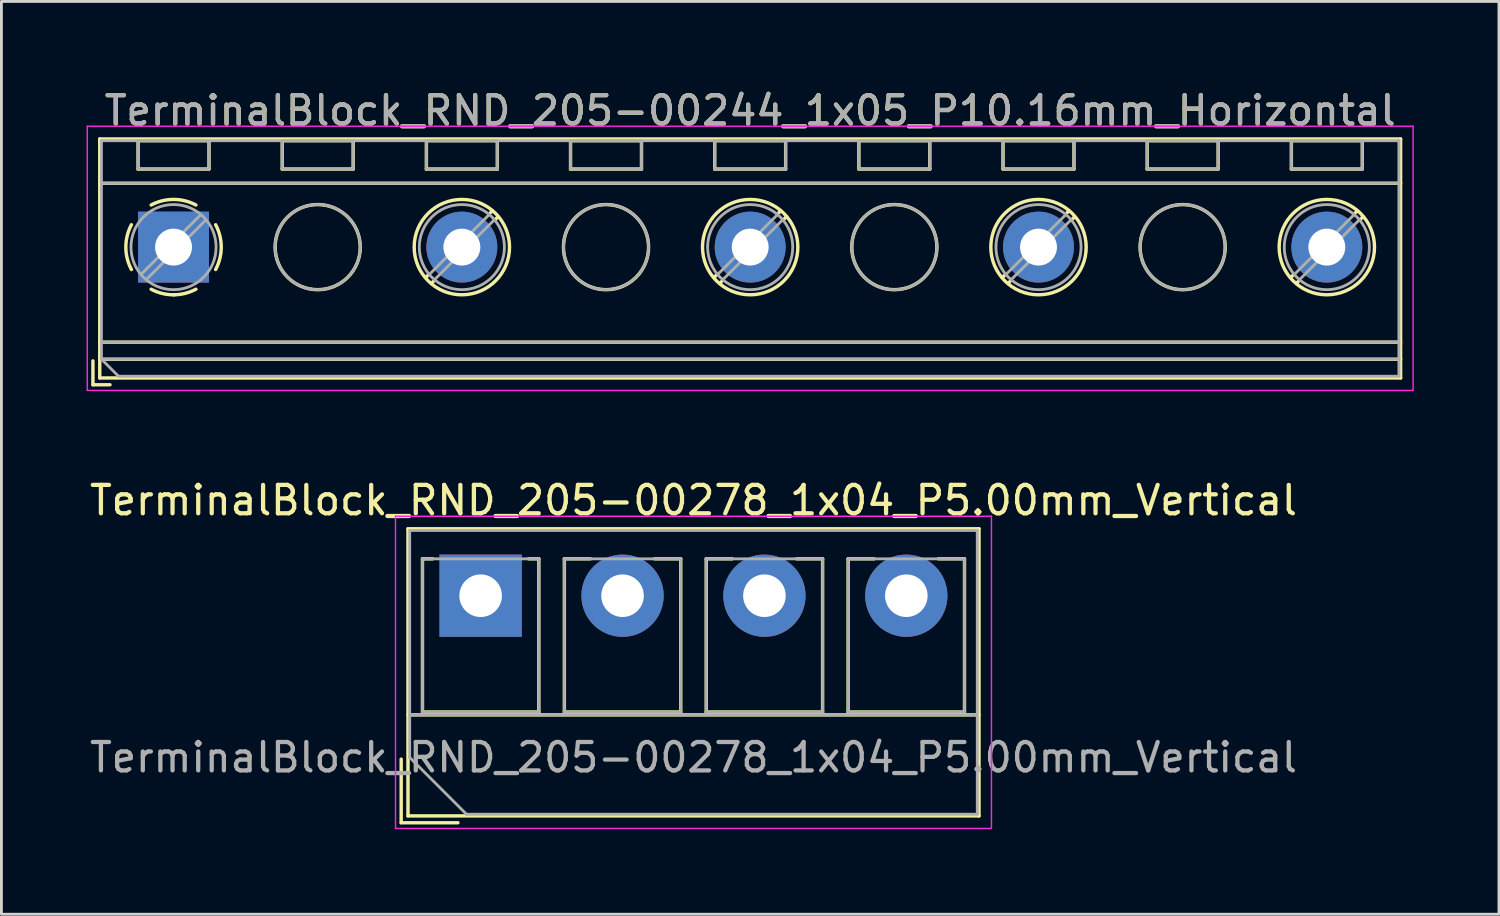
<source format=kicad_pcb>
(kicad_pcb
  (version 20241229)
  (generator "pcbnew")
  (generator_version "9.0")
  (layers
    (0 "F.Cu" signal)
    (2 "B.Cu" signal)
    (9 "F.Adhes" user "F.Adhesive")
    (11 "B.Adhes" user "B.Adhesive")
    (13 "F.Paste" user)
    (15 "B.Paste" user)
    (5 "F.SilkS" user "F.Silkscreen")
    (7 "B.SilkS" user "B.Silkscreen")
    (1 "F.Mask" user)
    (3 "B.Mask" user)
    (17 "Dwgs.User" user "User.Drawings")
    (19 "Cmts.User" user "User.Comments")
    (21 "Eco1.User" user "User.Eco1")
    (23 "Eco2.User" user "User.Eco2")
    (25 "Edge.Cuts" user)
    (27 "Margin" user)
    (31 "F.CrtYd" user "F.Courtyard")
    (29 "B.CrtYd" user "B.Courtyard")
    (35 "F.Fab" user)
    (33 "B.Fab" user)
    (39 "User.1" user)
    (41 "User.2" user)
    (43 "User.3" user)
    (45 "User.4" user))
  (footprint "TerminalBlock_RND_205-00244_1x05_P10.16mm_Horizontal"
    (layer "F.Cu")
    (at 3.065 5.658)
    (property "Reference" "TerminalBlock_RND_205-00244_1x05_P10.16mm_Horizontal" (at 20.32 -4.81 0) (layer "F.SilkS") (effects (font (size 1 1) (thickness 0.15))))
    (attr through_hole)
    (fp_line (start -2.84 4.01) (end -2.84 4.85) (stroke (width 0.12) (type solid)) (layer "F.SilkS"))
    (fp_line (start -2.84 4.85) (end -2.24 4.85) (stroke (width 0.12) (type solid)) (layer "F.SilkS"))
    (fp_line (start -2.6 -3.811) (end -2.6 4.61) (stroke (width 0.12) (type solid)) (layer "F.SilkS"))
    (fp_line (start -2.6 -3.811) (end 43.24 -3.811) (stroke (width 0.12) (type solid)) (layer "F.SilkS"))
    (fp_line (start -2.6 -2.251) (end 43.24 -2.251) (stroke (width 0.12) (type solid)) (layer "F.SilkS"))
    (fp_line (start -2.6 3.35) (end 43.24 3.35) (stroke (width 0.12) (type solid)) (layer "F.SilkS"))
    (fp_line (start -2.6 3.95) (end 43.24 3.95) (stroke (width 0.12) (type solid)) (layer "F.SilkS"))
    (fp_line (start -2.6 4.61) (end 43.24 4.61) (stroke (width 0.12) (type solid)) (layer "F.SilkS"))
    (fp_line (start -1.25 -3.751) (end -1.25 -2.751) (stroke (width 0.12) (type solid)) (layer "F.SilkS"))
    (fp_line (start -1.25 -3.751) (end 1.25 -3.751) (stroke (width 0.12) (type solid)) (layer "F.SilkS"))
    (fp_line (start -1.25 -2.751) (end 1.25 -2.751) (stroke (width 0.12) (type solid)) (layer "F.SilkS"))
    (fp_line (start 1.25 -3.751) (end 1.25 -2.751) (stroke (width 0.12) (type solid)) (layer "F.SilkS"))
    (fp_line (start 3.83 -3.751) (end 3.83 -2.751) (stroke (width 0.12) (type solid)) (layer "F.SilkS"))
    (fp_line (start 3.83 -3.751) (end 6.33 -3.751) (stroke (width 0.12) (type solid)) (layer "F.SilkS"))
    (fp_line (start 3.83 -2.751) (end 6.33 -2.751) (stroke (width 0.12) (type solid)) (layer "F.SilkS"))
    (fp_line (start 6.33 -3.751) (end 6.33 -2.751) (stroke (width 0.12) (type solid)) (layer "F.SilkS"))
    (fp_line (start 8.91 -3.751) (end 8.91 -2.751) (stroke (width 0.12) (type solid)) (layer "F.SilkS"))
    (fp_line (start 8.91 -3.751) (end 11.41 -3.751) (stroke (width 0.12) (type solid)) (layer "F.SilkS"))
    (fp_line (start 8.91 -2.751) (end 11.41 -2.751) (stroke (width 0.12) (type solid)) (layer "F.SilkS"))
    (fp_line (start 8.98 0.976) (end 8.886 1.069) (stroke (width 0.12) (type solid)) (layer "F.SilkS"))
    (fp_line (start 9.15 1.216) (end 9.091 1.274) (stroke (width 0.12) (type solid)) (layer "F.SilkS"))
    (fp_line (start 11.23 -1.275) (end 11.171 -1.216) (stroke (width 0.12) (type solid)) (layer "F.SilkS"))
    (fp_line (start 11.41 -3.751) (end 11.41 -2.751) (stroke (width 0.12) (type solid)) (layer "F.SilkS"))
    (fp_line (start 11.435 -1.069) (end 11.341 -0.976) (stroke (width 0.12) (type solid)) (layer "F.SilkS"))
    (fp_line (start 13.99 -3.751) (end 13.99 -2.751) (stroke (width 0.12) (type solid)) (layer "F.SilkS"))
    (fp_line (start 13.99 -3.751) (end 16.49 -3.751) (stroke (width 0.12) (type solid)) (layer "F.SilkS"))
    (fp_line (start 13.99 -2.751) (end 16.49 -2.751) (stroke (width 0.12) (type solid)) (layer "F.SilkS"))
    (fp_line (start 16.49 -3.751) (end 16.49 -2.751) (stroke (width 0.12) (type solid)) (layer "F.SilkS"))
    (fp_line (start 19.07 -3.751) (end 19.07 -2.751) (stroke (width 0.12) (type solid)) (layer "F.SilkS"))
    (fp_line (start 19.07 -3.751) (end 21.57 -3.751) (stroke (width 0.12) (type solid)) (layer "F.SilkS"))
    (fp_line (start 19.07 -2.751) (end 21.57 -2.751) (stroke (width 0.12) (type solid)) (layer "F.SilkS"))
    (fp_line (start 19.14 0.976) (end 19.046 1.069) (stroke (width 0.12) (type solid)) (layer "F.SilkS"))
    (fp_line (start 19.31 1.216) (end 19.251 1.274) (stroke (width 0.12) (type solid)) (layer "F.SilkS"))
    (fp_line (start 21.39 -1.275) (end 21.331 -1.216) (stroke (width 0.12) (type solid)) (layer "F.SilkS"))
    (fp_line (start 21.57 -3.751) (end 21.57 -2.751) (stroke (width 0.12) (type solid)) (layer "F.SilkS"))
    (fp_line (start 21.595 -1.069) (end 21.501 -0.976) (stroke (width 0.12) (type solid)) (layer "F.SilkS"))
    (fp_line (start 24.15 -3.751) (end 24.15 -2.751) (stroke (width 0.12) (type solid)) (layer "F.SilkS"))
    (fp_line (start 24.15 -3.751) (end 26.65 -3.751) (stroke (width 0.12) (type solid)) (layer "F.SilkS"))
    (fp_line (start 24.15 -2.751) (end 26.65 -2.751) (stroke (width 0.12) (type solid)) (layer "F.SilkS"))
    (fp_line (start 26.65 -3.751) (end 26.65 -2.751) (stroke (width 0.12) (type solid)) (layer "F.SilkS"))
    (fp_line (start 29.23 -3.751) (end 29.23 -2.751) (stroke (width 0.12) (type solid)) (layer "F.SilkS"))
    (fp_line (start 29.23 -3.751) (end 31.73 -3.751) (stroke (width 0.12) (type solid)) (layer "F.SilkS"))
    (fp_line (start 29.23 -2.751) (end 31.73 -2.751) (stroke (width 0.12) (type solid)) (layer "F.SilkS"))
    (fp_line (start 29.3 0.976) (end 29.206 1.069) (stroke (width 0.12) (type solid)) (layer "F.SilkS"))
    (fp_line (start 29.47 1.216) (end 29.411 1.274) (stroke (width 0.12) (type solid)) (layer "F.SilkS"))
    (fp_line (start 31.55 -1.275) (end 31.491 -1.216) (stroke (width 0.12) (type solid)) (layer "F.SilkS"))
    (fp_line (start 31.73 -3.751) (end 31.73 -2.751) (stroke (width 0.12) (type solid)) (layer "F.SilkS"))
    (fp_line (start 31.755 -1.069) (end 31.661 -0.976) (stroke (width 0.12) (type solid)) (layer "F.SilkS"))
    (fp_line (start 34.31 -3.751) (end 34.31 -2.751) (stroke (width 0.12) (type solid)) (layer "F.SilkS"))
    (fp_line (start 34.31 -3.751) (end 36.81 -3.751) (stroke (width 0.12) (type solid)) (layer "F.SilkS"))
    (fp_line (start 34.31 -2.751) (end 36.81 -2.751) (stroke (width 0.12) (type solid)) (layer "F.SilkS"))
    (fp_line (start 36.81 -3.751) (end 36.81 -2.751) (stroke (width 0.12) (type solid)) (layer "F.SilkS"))
    (fp_line (start 39.39 -3.751) (end 39.39 -2.751) (stroke (width 0.12) (type solid)) (layer "F.SilkS"))
    (fp_line (start 39.39 -3.751) (end 41.89 -3.751) (stroke (width 0.12) (type solid)) (layer "F.SilkS"))
    (fp_line (start 39.39 -2.751) (end 41.89 -2.751) (stroke (width 0.12) (type solid)) (layer "F.SilkS"))
    (fp_line (start 39.46 0.976) (end 39.366 1.069) (stroke (width 0.12) (type solid)) (layer "F.SilkS"))
    (fp_line (start 39.63 1.216) (end 39.571 1.274) (stroke (width 0.12) (type solid)) (layer "F.SilkS"))
    (fp_line (start 41.71 -1.275) (end 41.651 -1.216) (stroke (width 0.12) (type solid)) (layer "F.SilkS"))
    (fp_line (start 41.89 -3.751) (end 41.89 -2.751) (stroke (width 0.12) (type solid)) (layer "F.SilkS"))
    (fp_line (start 41.915 -1.069) (end 41.821 -0.976) (stroke (width 0.12) (type solid)) (layer "F.SilkS"))
    (fp_line (start 43.24 -3.811) (end 43.24 4.61) (stroke (width 0.12) (type solid)) (layer "F.SilkS"))
    (fp_arc (start -1.483953 0.789089) (mid -1.680708 0.00005) (end -1.484 -0.789) (stroke (width 0.12) (type solid)) (layer "F.SilkS"))
    (fp_arc (start -0.789089 -1.483953) (mid -0.00005 -1.680708) (end 0.789 -1.484) (stroke (width 0.12) (type solid)) (layer "F.SilkS"))
    (fp_arc (start 0.029383 1.68045) (mid -0.392304 1.634281) (end -0.789 1.484) (stroke (width 0.12) (type solid)) (layer "F.SilkS"))
    (fp_arc (start 0.788712 1.483352) (mid 0.406429 1.630097) (end 0 1.68) (stroke (width 0.12) (type solid)) (layer "F.SilkS"))
    (fp_arc (start 1.483953 -0.789089) (mid 1.680708 -0.00005) (end 1.484 0.789) (stroke (width 0.12) (type solid)) (layer "F.SilkS"))
    (fp_circle (center 5.08 0) (end 6.58 0) (stroke (width 0.12) (type solid)) (fill no) (layer "F.SilkS"))
    (fp_circle (center 10.16 0) (end 11.84 0) (stroke (width 0.12) (type solid)) (fill no) (layer "F.SilkS"))
    (fp_circle (center 15.24 0) (end 16.74 0) (stroke (width 0.12) (type solid)) (fill no) (layer "F.SilkS"))
    (fp_circle (center 20.32 0) (end 22 0) (stroke (width 0.12) (type solid)) (fill no) (layer "F.SilkS"))
    (fp_circle (center 25.4 0) (end 26.9 0) (stroke (width 0.12) (type solid)) (fill no) (layer "F.SilkS"))
    (fp_circle (center 30.48 0) (end 32.16 0) (stroke (width 0.12) (type solid)) (fill no) (layer "F.SilkS"))
    (fp_circle (center 35.56 0) (end 37.06 0) (stroke (width 0.12) (type solid)) (fill no) (layer "F.SilkS"))
    (fp_circle (center 40.64 0) (end 42.32 0) (stroke (width 0.12) (type solid)) (fill no) (layer "F.SilkS"))
    (fp_line (start -3.04 -4.26) (end -3.04 5.05) (stroke (width 0.05) (type solid)) (layer "F.CrtYd"))
    (fp_line (start -3.04 5.05) (end 43.68 5.05) (stroke (width 0.05) (type solid)) (layer "F.CrtYd"))
    (fp_line (start 43.68 -4.26) (end -3.04 -4.26) (stroke (width 0.05) (type solid)) (layer "F.CrtYd"))
    (fp_line (start 43.68 5.05) (end 43.68 -4.26) (stroke (width 0.05) (type solid)) (layer "F.CrtYd"))
    (fp_line (start -2.54 -3.75) (end 43.18 -3.75) (stroke (width 0.1) (type solid)) (layer "F.Fab"))
    (fp_line (start -2.54 -2.25) (end 43.18 -2.25) (stroke (width 0.1) (type solid)) (layer "F.Fab"))
    (fp_line (start -2.54 3.35) (end 43.18 3.35) (stroke (width 0.1) (type solid)) (layer "F.Fab"))
    (fp_line (start -2.54 3.95) (end -2.54 -3.75) (stroke (width 0.1) (type solid)) (layer "F.Fab"))
    (fp_line (start -2.54 3.95) (end 43.18 3.95) (stroke (width 0.1) (type solid)) (layer "F.Fab"))
    (fp_line (start -1.94 4.55) (end -2.54 3.95) (stroke (width 0.1) (type solid)) (layer "F.Fab"))
    (fp_line (start -1.25 -3.75) (end -1.25 -2.75) (stroke (width 0.1) (type solid)) (layer "F.Fab"))
    (fp_line (start -1.25 -2.75) (end 1.25 -2.75) (stroke (width 0.1) (type solid)) (layer "F.Fab"))
    (fp_line (start 0.955 -1.138) (end -1.138 0.955) (stroke (width 0.1) (type solid)) (layer "F.Fab"))
    (fp_line (start 1.138 -0.955) (end -0.955 1.138) (stroke (width 0.1) (type solid)) (layer "F.Fab"))
    (fp_line (start 1.25 -3.75) (end -1.25 -3.75) (stroke (width 0.1) (type solid)) (layer "F.Fab"))
    (fp_line (start 1.25 -2.75) (end 1.25 -3.75) (stroke (width 0.1) (type solid)) (layer "F.Fab"))
    (fp_line (start 3.83 -3.75) (end 3.83 -2.75) (stroke (width 0.1) (type solid)) (layer "F.Fab"))
    (fp_line (start 3.83 -2.75) (end 6.33 -2.75) (stroke (width 0.1) (type solid)) (layer "F.Fab"))
    (fp_line (start 6.33 -3.75) (end 3.83 -3.75) (stroke (width 0.1) (type solid)) (layer "F.Fab"))
    (fp_line (start 6.33 -2.75) (end 6.33 -3.75) (stroke (width 0.1) (type solid)) (layer "F.Fab"))
    (fp_line (start 8.91 -3.75) (end 8.91 -2.75) (stroke (width 0.1) (type solid)) (layer "F.Fab"))
    (fp_line (start 8.91 -2.75) (end 11.41 -2.75) (stroke (width 0.1) (type solid)) (layer "F.Fab"))
    (fp_line (start 11.115 -1.138) (end 9.023 0.955) (stroke (width 0.1) (type solid)) (layer "F.Fab"))
    (fp_line (start 11.298 -0.955) (end 9.206 1.138) (stroke (width 0.1) (type solid)) (layer "F.Fab"))
    (fp_line (start 11.41 -3.75) (end 8.91 -3.75) (stroke (width 0.1) (type solid)) (layer "F.Fab"))
    (fp_line (start 11.41 -2.75) (end 11.41 -3.75) (stroke (width 0.1) (type solid)) (layer "F.Fab"))
    (fp_line (start 13.99 -3.75) (end 13.99 -2.75) (stroke (width 0.1) (type solid)) (layer "F.Fab"))
    (fp_line (start 13.99 -2.75) (end 16.49 -2.75) (stroke (width 0.1) (type solid)) (layer "F.Fab"))
    (fp_line (start 16.49 -3.75) (end 13.99 -3.75) (stroke (width 0.1) (type solid)) (layer "F.Fab"))
    (fp_line (start 16.49 -2.75) (end 16.49 -3.75) (stroke (width 0.1) (type solid)) (layer "F.Fab"))
    (fp_line (start 19.07 -3.75) (end 19.07 -2.75) (stroke (width 0.1) (type solid)) (layer "F.Fab"))
    (fp_line (start 19.07 -2.75) (end 21.57 -2.75) (stroke (width 0.1) (type solid)) (layer "F.Fab"))
    (fp_line (start 21.275 -1.138) (end 19.183 0.955) (stroke (width 0.1) (type solid)) (layer "F.Fab"))
    (fp_line (start 21.458 -0.955) (end 19.366 1.138) (stroke (width 0.1) (type solid)) (layer "F.Fab"))
    (fp_line (start 21.57 -3.75) (end 19.07 -3.75) (stroke (width 0.1) (type solid)) (layer "F.Fab"))
    (fp_line (start 21.57 -2.75) (end 21.57 -3.75) (stroke (width 0.1) (type solid)) (layer "F.Fab"))
    (fp_line (start 24.15 -3.75) (end 24.15 -2.75) (stroke (width 0.1) (type solid)) (layer "F.Fab"))
    (fp_line (start 24.15 -2.75) (end 26.65 -2.75) (stroke (width 0.1) (type solid)) (layer "F.Fab"))
    (fp_line (start 26.65 -3.75) (end 24.15 -3.75) (stroke (width 0.1) (type solid)) (layer "F.Fab"))
    (fp_line (start 26.65 -2.75) (end 26.65 -3.75) (stroke (width 0.1) (type solid)) (layer "F.Fab"))
    (fp_line (start 29.23 -3.75) (end 29.23 -2.75) (stroke (width 0.1) (type solid)) (layer "F.Fab"))
    (fp_line (start 29.23 -2.75) (end 31.73 -2.75) (stroke (width 0.1) (type solid)) (layer "F.Fab"))
    (fp_line (start 31.435 -1.138) (end 29.343 0.955) (stroke (width 0.1) (type solid)) (layer "F.Fab"))
    (fp_line (start 31.618 -0.955) (end 29.526 1.138) (stroke (width 0.1) (type solid)) (layer "F.Fab"))
    (fp_line (start 31.73 -3.75) (end 29.23 -3.75) (stroke (width 0.1) (type solid)) (layer "F.Fab"))
    (fp_line (start 31.73 -2.75) (end 31.73 -3.75) (stroke (width 0.1) (type solid)) (layer "F.Fab"))
    (fp_line (start 34.31 -3.75) (end 34.31 -2.75) (stroke (width 0.1) (type solid)) (layer "F.Fab"))
    (fp_line (start 34.31 -2.75) (end 36.81 -2.75) (stroke (width 0.1) (type solid)) (layer "F.Fab"))
    (fp_line (start 36.81 -3.75) (end 34.31 -3.75) (stroke (width 0.1) (type solid)) (layer "F.Fab"))
    (fp_line (start 36.81 -2.75) (end 36.81 -3.75) (stroke (width 0.1) (type solid)) (layer "F.Fab"))
    (fp_line (start 39.39 -3.75) (end 39.39 -2.75) (stroke (width 0.1) (type solid)) (layer "F.Fab"))
    (fp_line (start 39.39 -2.75) (end 41.89 -2.75) (stroke (width 0.1) (type solid)) (layer "F.Fab"))
    (fp_line (start 41.595 -1.138) (end 39.503 0.955) (stroke (width 0.1) (type solid)) (layer "F.Fab"))
    (fp_line (start 41.778 -0.955) (end 39.686 1.138) (stroke (width 0.1) (type solid)) (layer "F.Fab"))
    (fp_line (start 41.89 -3.75) (end 39.39 -3.75) (stroke (width 0.1) (type solid)) (layer "F.Fab"))
    (fp_line (start 41.89 -2.75) (end 41.89 -3.75) (stroke (width 0.1) (type solid)) (layer "F.Fab"))
    (fp_line (start 43.18 -3.75) (end 43.18 4.55) (stroke (width 0.1) (type solid)) (layer "F.Fab"))
    (fp_line (start 43.18 4.55) (end -1.94 4.55) (stroke (width 0.1) (type solid)) (layer "F.Fab"))
    (fp_circle (center 0 0) (end 1.5 0) (stroke (width 0.1) (type solid)) (fill no) (layer "F.Fab"))
    (fp_circle (center 5.08 0) (end 6.58 0) (stroke (width 0.1) (type solid)) (fill no) (layer "F.Fab"))
    (fp_circle (center 10.16 0) (end 11.66 0) (stroke (width 0.1) (type solid)) (fill no) (layer "F.Fab"))
    (fp_circle (center 15.24 0) (end 16.74 0) (stroke (width 0.1) (type solid)) (fill no) (layer "F.Fab"))
    (fp_circle (center 20.32 0) (end 21.82 0) (stroke (width 0.1) (type solid)) (fill no) (layer "F.Fab"))
    (fp_circle (center 25.4 0) (end 26.9 0) (stroke (width 0.1) (type solid)) (fill no) (layer "F.Fab"))
    (fp_circle (center 30.48 0) (end 31.98 0) (stroke (width 0.1) (type solid)) (fill no) (layer "F.Fab"))
    (fp_circle (center 35.56 0) (end 37.06 0) (stroke (width 0.1) (type solid)) (fill no) (layer "F.Fab"))
    (fp_circle (center 40.64 0) (end 42.14 0) (stroke (width 0.1) (type solid)) (fill no) (layer "F.Fab"))
    (fp_text user "${REFERENCE}" (at 20.32 -4.81 0) (layer "F.Fab") (effects (font (size 1 1) (thickness 0.15))))
    (pad "1" thru_hole rect (at 0 0) (size 2.5 2.5) (drill 1.3) (layers "*.Cu" "*.Mask"))
    (pad "2" thru_hole circle (at 10.16 0) (size 2.5 2.5) (drill 1.3) (layers "*.Cu" "*.Mask"))
    (pad "3" thru_hole circle (at 20.32 0) (size 2.5 2.5) (drill 1.3) (layers "*.Cu" "*.Mask"))
    (pad "4" thru_hole circle (at 30.48 0) (size 2.5 2.5) (drill 1.3) (layers "*.Cu" "*.Mask"))
    (pad "5" thru_hole circle (at 40.64 0) (size 2.5 2.5) (drill 1.3) (layers "*.Cu" "*.Mask")))
  (footprint "TerminalBlock_RND_205-00278_1x04_P5.00mm_Vertical"
    (layer "F.Cu")
    (at 13.887 17.942)
    (property "Reference" "TerminalBlock_RND_205-00278_1x04_P5.00mm_Vertical" (at 7.5 -3.36 0) (layer "F.SilkS") (effects (font (size 1 1) (thickness 0.15))))
    (attr through_hole)
    (fp_line (start -2.8 5.76) (end -2.8 8) (stroke (width 0.12) (type solid)) (layer "F.SilkS"))
    (fp_line (start -2.8 8) (end -0.8 8) (stroke (width 0.12) (type solid)) (layer "F.SilkS"))
    (fp_line (start -2.56 -2.36) (end -2.56 7.76) (stroke (width 0.12) (type solid)) (layer "F.SilkS"))
    (fp_line (start -2.56 -2.36) (end 17.561 -2.36) (stroke (width 0.12) (type solid)) (layer "F.SilkS"))
    (fp_line (start -2.56 4.2) (end 17.561 4.2) (stroke (width 0.12) (type solid)) (layer "F.SilkS"))
    (fp_line (start -2.56 7.76) (end 17.561 7.76) (stroke (width 0.12) (type solid)) (layer "F.SilkS"))
    (fp_line (start -2.05 -1.3) (end -2.05 4.1) (stroke (width 0.12) (type solid)) (layer "F.SilkS"))
    (fp_line (start -2.05 -1.3) (end -1.69 -1.3) (stroke (width 0.12) (type solid)) (layer "F.SilkS"))
    (fp_line (start -2.05 4.1) (end 2.05 4.1) (stroke (width 0.12) (type solid)) (layer "F.SilkS"))
    (fp_line (start 1.69 -1.3) (end 2.05 -1.3) (stroke (width 0.12) (type solid)) (layer "F.SilkS"))
    (fp_line (start 2.05 -1.3) (end 2.05 4.1) (stroke (width 0.12) (type solid)) (layer "F.SilkS"))
    (fp_line (start 2.95 -1.3) (end 2.95 4.1) (stroke (width 0.12) (type solid)) (layer "F.SilkS"))
    (fp_line (start 2.95 -1.3) (end 3.868 -1.3) (stroke (width 0.12) (type solid)) (layer "F.SilkS"))
    (fp_line (start 2.95 4.1) (end 7.05 4.1) (stroke (width 0.12) (type solid)) (layer "F.SilkS"))
    (fp_line (start 6.133 -1.3) (end 7.05 -1.3) (stroke (width 0.12) (type solid)) (layer "F.SilkS"))
    (fp_line (start 7.05 -1.3) (end 7.05 4.1) (stroke (width 0.12) (type solid)) (layer "F.SilkS"))
    (fp_line (start 7.95 -1.3) (end 7.95 4.1) (stroke (width 0.12) (type solid)) (layer "F.SilkS"))
    (fp_line (start 7.95 -1.3) (end 8.868 -1.3) (stroke (width 0.12) (type solid)) (layer "F.SilkS"))
    (fp_line (start 7.95 4.1) (end 12.05 4.1) (stroke (width 0.12) (type solid)) (layer "F.SilkS"))
    (fp_line (start 11.133 -1.3) (end 12.05 -1.3) (stroke (width 0.12) (type solid)) (layer "F.SilkS"))
    (fp_line (start 12.05 -1.3) (end 12.05 4.1) (stroke (width 0.12) (type solid)) (layer "F.SilkS"))
    (fp_line (start 12.95 -1.3) (end 12.95 4.1) (stroke (width 0.12) (type solid)) (layer "F.SilkS"))
    (fp_line (start 12.95 -1.3) (end 13.868 -1.3) (stroke (width 0.12) (type solid)) (layer "F.SilkS"))
    (fp_line (start 12.95 4.1) (end 17.05 4.1) (stroke (width 0.12) (type solid)) (layer "F.SilkS"))
    (fp_line (start 16.133 -1.3) (end 17.05 -1.3) (stroke (width 0.12) (type solid)) (layer "F.SilkS"))
    (fp_line (start 17.05 -1.3) (end 17.05 4.1) (stroke (width 0.12) (type solid)) (layer "F.SilkS"))
    (fp_line (start 17.561 -2.36) (end 17.561 7.76) (stroke (width 0.12) (type solid)) (layer "F.SilkS"))
    (fp_line (start -3 -2.8) (end -3 8.2) (stroke (width 0.05) (type solid)) (layer "F.CrtYd"))
    (fp_line (start -3 8.2) (end 18 8.2) (stroke (width 0.05) (type solid)) (layer "F.CrtYd"))
    (fp_line (start 18 -2.8) (end -3 -2.8) (stroke (width 0.05) (type solid)) (layer "F.CrtYd"))
    (fp_line (start 18 8.2) (end 18 -2.8) (stroke (width 0.05) (type solid)) (layer "F.CrtYd"))
    (fp_line (start -2.5 -2.3) (end 17.5 -2.3) (stroke (width 0.1) (type solid)) (layer "F.Fab"))
    (fp_line (start -2.5 4.2) (end 17.5 4.2) (stroke (width 0.1) (type solid)) (layer "F.Fab"))
    (fp_line (start -2.5 5.7) (end -2.5 -2.3) (stroke (width 0.1) (type solid)) (layer "F.Fab"))
    (fp_line (start -2.05 -1.3) (end -2.05 4.1) (stroke (width 0.1) (type solid)) (layer "F.Fab"))
    (fp_line (start -2.05 4.1) (end 2.05 4.1) (stroke (width 0.1) (type solid)) (layer "F.Fab"))
    (fp_line (start -0.5 7.7) (end -2.5 5.7) (stroke (width 0.1) (type solid)) (layer "F.Fab"))
    (fp_line (start 2.05 -1.3) (end -2.05 -1.3) (stroke (width 0.1) (type solid)) (layer "F.Fab"))
    (fp_line (start 2.05 4.1) (end 2.05 -1.3) (stroke (width 0.1) (type solid)) (layer "F.Fab"))
    (fp_line (start 2.95 -1.3) (end 2.95 4.1) (stroke (width 0.1) (type solid)) (layer "F.Fab"))
    (fp_line (start 2.95 4.1) (end 7.05 4.1) (stroke (width 0.1) (type solid)) (layer "F.Fab"))
    (fp_line (start 7.05 -1.3) (end 2.95 -1.3) (stroke (width 0.1) (type solid)) (layer "F.Fab"))
    (fp_line (start 7.05 4.1) (end 7.05 -1.3) (stroke (width 0.1) (type solid)) (layer "F.Fab"))
    (fp_line (start 7.95 -1.3) (end 7.95 4.1) (stroke (width 0.1) (type solid)) (layer "F.Fab"))
    (fp_line (start 7.95 4.1) (end 12.05 4.1) (stroke (width 0.1) (type solid)) (layer "F.Fab"))
    (fp_line (start 12.05 -1.3) (end 7.95 -1.3) (stroke (width 0.1) (type solid)) (layer "F.Fab"))
    (fp_line (start 12.05 4.1) (end 12.05 -1.3) (stroke (width 0.1) (type solid)) (layer "F.Fab"))
    (fp_line (start 12.95 -1.3) (end 12.95 4.1) (stroke (width 0.1) (type solid)) (layer "F.Fab"))
    (fp_line (start 12.95 4.1) (end 17.05 4.1) (stroke (width 0.1) (type solid)) (layer "F.Fab"))
    (fp_line (start 17.05 -1.3) (end 12.95 -1.3) (stroke (width 0.1) (type solid)) (layer "F.Fab"))
    (fp_line (start 17.05 4.1) (end 17.05 -1.3) (stroke (width 0.1) (type solid)) (layer "F.Fab"))
    (fp_line (start 17.5 -2.3) (end 17.5 7.7) (stroke (width 0.1) (type solid)) (layer "F.Fab"))
    (fp_line (start 17.5 7.7) (end -0.5 7.7) (stroke (width 0.1) (type solid)) (layer "F.Fab"))
    (fp_text user "${REFERENCE}" (at 7.5 5.7 0) (layer "F.Fab") (effects (font (size 1 1) (thickness 0.15))))
    (pad "1" thru_hole rect (at 0 0) (size 2.9 2.9) (drill 1.5) (layers "*.Cu" "*.Mask"))
    (pad "2" thru_hole circle (at 5 0) (size 2.9 2.9) (drill 1.5) (layers "*.Cu" "*.Mask"))
    (pad "3" thru_hole circle (at 10 0) (size 2.9 2.9) (drill 1.5) (layers "*.Cu" "*.Mask"))
    (pad "4" thru_hole circle (at 15 0) (size 2.9 2.9) (drill 1.5) (layers "*.Cu" "*.Mask")))
  (gr_rect
    (start -3 -3)
    (end 49.77 29.166)
    (stroke (width 0.1) (type default))
    (fill no)
    (layer "Edge.Cuts")))
</source>
